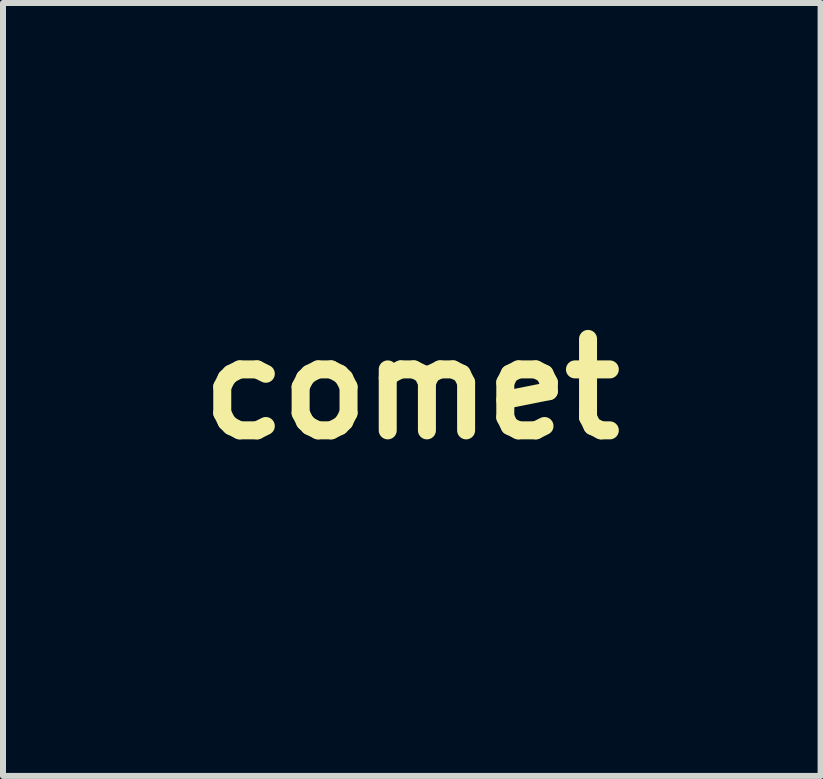
<source format=kicad_pcb>
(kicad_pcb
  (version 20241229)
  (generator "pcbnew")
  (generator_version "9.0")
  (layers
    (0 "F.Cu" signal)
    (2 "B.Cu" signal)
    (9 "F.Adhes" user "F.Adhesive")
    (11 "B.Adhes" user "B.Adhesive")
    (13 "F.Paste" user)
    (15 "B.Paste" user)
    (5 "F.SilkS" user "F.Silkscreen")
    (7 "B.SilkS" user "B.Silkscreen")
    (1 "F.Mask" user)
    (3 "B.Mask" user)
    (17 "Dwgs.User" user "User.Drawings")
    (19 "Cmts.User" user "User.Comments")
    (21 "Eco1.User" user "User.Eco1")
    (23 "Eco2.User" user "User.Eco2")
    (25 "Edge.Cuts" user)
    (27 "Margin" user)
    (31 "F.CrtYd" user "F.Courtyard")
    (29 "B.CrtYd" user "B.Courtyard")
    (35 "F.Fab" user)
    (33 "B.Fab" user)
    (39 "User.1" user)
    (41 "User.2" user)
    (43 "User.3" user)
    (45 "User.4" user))
  (footprint "comet"
    (layer "F.Cu")
    (at 3.811 3.433)
    (property "Reference" "comet" (at 0 0 0) (layer "F.SilkS") (effects (font (size 1.524 1.524) (thickness 0.3))))
    (attr through_hole)
    (fp_poly (pts (xy -2.01 0.761) (xy -1.917 0.801) (xy -1.845 0.873) (xy -1.804 0.971) (xy -1.798 1.025) (xy -1.819 1.136) (xy -1.876 1.22) (xy -1.958 1.274) (xy -2.054 1.294) (xy -2.154 1.274) (xy -2.248 1.211) (xy -2.25 1.209) (xy -2.315 1.113) (xy -2.336 1.01) (xy -2.313 0.909) (xy -2.248 0.822) (xy -2.216 0.798) (xy -2.114 0.758) (xy -2.01 0.761)) (stroke (width 0.01) (type solid)) (fill yes) (layer "F.Mask"))
    (fp_poly (pts (xy 2.68 0.352) (xy 2.763 0.41) (xy 2.814 0.495) (xy 2.827 0.596) (xy 2.807 0.677) (xy 2.747 0.765) (xy 2.66 0.828) (xy 2.56 0.858) (xy 2.462 0.849) (xy 2.426 0.834) (xy 2.338 0.759) (xy 2.292 0.658) (xy 2.287 0.601) (xy 2.295 0.526) (xy 2.33 0.463) (xy 2.372 0.417) (xy 2.438 0.36) (xy 2.499 0.335) (xy 2.571 0.33) (xy 2.68 0.352)) (stroke (width 0.01) (type solid)) (fill yes) (layer "F.Mask"))
    (fp_poly (pts (xy -1.777 1.509) (xy -1.71 1.547) (xy -1.682 1.574) (xy -1.61 1.673) (xy -1.589 1.774) (xy -1.619 1.876) (xy -1.68 1.956) (xy -1.747 2.009) (xy -1.82 2.03) (xy -1.863 2.031) (xy -1.952 2.019) (xy -2.02 1.989) (xy -2.023 1.987) (xy -2.098 1.899) (xy -2.132 1.801) (xy -2.127 1.702) (xy -2.088 1.613) (xy -2.017 1.543) (xy -1.918 1.504) (xy -1.863 1.499) (xy -1.777 1.509)) (stroke (width 0.01) (type solid)) (fill yes) (layer "F.Mask"))
    (fp_poly (pts (xy 1.29 -3.397) (xy 1.303 -3.392) (xy 1.387 -3.327) (xy 1.448 -3.233) (xy 1.473 -3.13) (xy 1.473 -3.124) (xy 1.45 -3.014) (xy 1.389 -2.923) (xy 1.3 -2.858) (xy 1.195 -2.825) (xy 1.084 -2.833) (xy 1.054 -2.844) (xy 0.957 -2.909) (xy 0.897 -3.007) (xy 0.876 -3.126) (xy 0.882 -3.211) (xy 0.906 -3.271) (xy 0.954 -3.328) (xy 1.057 -3.399) (xy 1.171 -3.423) (xy 1.29 -3.397)) (stroke (width 0.01) (type solid)) (fill yes) (layer "F.Mask"))
    (fp_poly (pts (xy 1.274 0.011) (xy 1.362 0.05) (xy 1.434 0.117) (xy 1.462 0.166) (xy 1.486 0.264) (xy 1.468 0.354) (xy 1.404 0.447) (xy 1.378 0.475) (xy 1.255 0.581) (xy 1.145 0.642) (xy 1.044 0.657) (xy 0.948 0.628) (xy 0.943 0.625) (xy 0.862 0.554) (xy 0.822 0.46) (xy 0.824 0.353) (xy 0.851 0.279) (xy 0.899 0.215) (xy 0.976 0.142) (xy 1.064 0.074) (xy 1.148 0.024) (xy 1.188 0.009) (xy 1.274 0.011)) (stroke (width 0.01) (type solid)) (fill yes) (layer "F.Mask"))
    (fp_poly (pts (xy 1.975 -1.768) (xy 2.038 -1.732) (xy 2.062 -1.708) (xy 2.127 -1.612) (xy 2.144 -1.516) (xy 2.112 -1.419) (xy 2.029 -1.318) (xy 1.951 -1.251) (xy 1.831 -1.171) (xy 1.729 -1.132) (xy 1.637 -1.133) (xy 1.6 -1.145) (xy 1.512 -1.206) (xy 1.46 -1.3) (xy 1.448 -1.385) (xy 1.455 -1.456) (xy 1.482 -1.512) (xy 1.54 -1.575) (xy 1.543 -1.578) (xy 1.644 -1.67) (xy 1.723 -1.729) (xy 1.79 -1.763) (xy 1.856 -1.777) (xy 1.891 -1.778) (xy 1.975 -1.768)) (stroke (width 0.01) (type solid)) (fill yes) (layer "F.Mask"))
    (fp_poly (pts (xy 0.462 -1.861) (xy 0.553 -1.811) (xy 0.619 -1.728) (xy 0.634 -1.692) (xy 0.648 -1.631) (xy 0.645 -1.573) (xy 0.621 -1.513) (xy 0.571 -1.447) (xy 0.493 -1.369) (xy 0.382 -1.274) (xy 0.234 -1.158) (xy 0.172 -1.111) (xy 0.052 -1.04) (xy -0.059 -1.015) (xy -0.156 -1.036) (xy -0.194 -1.061) (xy -0.27 -1.149) (xy -0.298 -1.247) (xy -0.277 -1.35) (xy -0.209 -1.452) (xy -0.184 -1.477) (xy -0.063 -1.586) (xy 0.058 -1.685) (xy 0.172 -1.769) (xy 0.27 -1.831) (xy 0.343 -1.865) (xy 0.36 -1.869) (xy 0.462 -1.861)) (stroke (width 0.01) (type solid)) (fill yes) (layer "F.Mask"))
    (fp_poly (pts (xy 2.386 -3.414) (xy 2.435 -3.393) (xy 2.508 -3.33) (xy 2.555 -3.24) (xy 2.565 -3.175) (xy 2.551 -3.1) (xy 2.506 -3.022) (xy 2.424 -2.935) (xy 2.331 -2.855) (xy 2.209 -2.759) (xy 2.116 -2.694) (xy 2.043 -2.658) (xy 1.983 -2.646) (xy 1.925 -2.656) (xy 1.869 -2.68) (xy 1.783 -2.742) (xy 1.738 -2.819) (xy 1.728 -2.9) (xy 1.736 -2.966) (xy 1.765 -3.03) (xy 1.821 -3.1) (xy 1.908 -3.181) (xy 2.034 -3.282) (xy 2.04 -3.287) (xy 2.152 -3.367) (xy 2.24 -3.413) (xy 2.315 -3.428) (xy 2.386 -3.414)) (stroke (width 0.01) (type solid)) (fill yes) (layer "F.Mask"))
    (fp_poly (pts (xy 3.615 -1.928) (xy 3.709 -1.878) (xy 3.778 -1.795) (xy 3.809 -1.695) (xy 3.81 -1.676) (xy 3.805 -1.631) (xy 3.787 -1.587) (xy 3.749 -1.536) (xy 3.683 -1.468) (xy 3.626 -1.412) (xy 3.485 -1.29) (xy 3.368 -1.209) (xy 3.274 -1.171) (xy 3.246 -1.169) (xy 3.202 -1.18) (xy 3.141 -1.207) (xy 3.139 -1.207) (xy 3.053 -1.268) (xy 3.009 -1.344) (xy 2.998 -1.435) (xy 3.001 -1.486) (xy 3.015 -1.529) (xy 3.048 -1.576) (xy 3.107 -1.637) (xy 3.168 -1.695) (xy 3.3 -1.81) (xy 3.409 -1.887) (xy 3.501 -1.927) (xy 3.581 -1.935) (xy 3.615 -1.928)) (stroke (width 0.01) (type solid)) (fill yes) (layer "F.Mask"))
    (fp_poly (pts (xy 1.53 -2.648) (xy 1.601 -2.58) (xy 1.644 -2.492) (xy 1.652 -2.394) (xy 1.625 -2.311) (xy 1.595 -2.276) (xy 1.534 -2.219) (xy 1.451 -2.146) (xy 1.355 -2.065) (xy 1.255 -1.984) (xy 1.16 -1.911) (xy 1.08 -1.852) (xy 1.024 -1.816) (xy 1.021 -1.814) (xy 0.939 -1.784) (xy 0.863 -1.789) (xy 0.823 -1.803) (xy 0.741 -1.86) (xy 0.686 -1.945) (xy 0.664 -2.043) (xy 0.679 -2.139) (xy 0.701 -2.18) (xy 0.74 -2.223) (xy 0.809 -2.287) (xy 0.899 -2.363) (xy 1 -2.445) (xy 1.103 -2.525) (xy 1.198 -2.596) (xy 1.276 -2.65) (xy 1.328 -2.68) (xy 1.337 -2.683) (xy 1.439 -2.686) (xy 1.53 -2.648)) (stroke (width 0.01) (type solid)) (fill yes) (layer "F.Mask"))
    (fp_poly (pts (xy 2.857 -1.199) (xy 2.929 -1.127) (xy 2.968 -1.03) (xy 2.972 -0.987) (xy 2.97 -0.949) (xy 2.962 -0.912) (xy 2.943 -0.874) (xy 2.911 -0.83) (xy 2.86 -0.776) (xy 2.788 -0.707) (xy 2.69 -0.621) (xy 2.563 -0.512) (xy 2.402 -0.377) (xy 2.302 -0.293) (xy 2.147 -0.165) (xy 2.025 -0.065) (xy 1.931 0.009) (xy 1.86 0.061) (xy 1.807 0.095) (xy 1.766 0.115) (xy 1.731 0.125) (xy 1.698 0.127) (xy 1.696 0.127) (xy 1.611 0.115) (xy 1.541 0.07) (xy 1.522 0.053) (xy 1.463 -0.04) (xy 1.445 -0.15) (xy 1.464 -0.241) (xy 1.488 -0.271) (xy 1.547 -0.327) (xy 1.632 -0.404) (xy 1.739 -0.498) (xy 1.862 -0.603) (xy 1.994 -0.714) (xy 2.128 -0.826) (xy 2.26 -0.934) (xy 2.383 -1.033) (xy 2.49 -1.118) (xy 2.576 -1.183) (xy 2.634 -1.223) (xy 2.656 -1.235) (xy 2.762 -1.238) (xy 2.857 -1.199)) (stroke (width 0.01) (type solid)) (fill yes) (layer "F.Mask"))
    (fp_poly (pts (xy 1.276 -1.197) (xy 1.357 -1.137) (xy 1.41 -1.049) (xy 1.426 -0.945) (xy 1.407 -0.853) (xy 1.383 -0.827) (xy 1.325 -0.775) (xy 1.238 -0.701) (xy 1.128 -0.61) (xy 1.001 -0.507) (xy 0.862 -0.396) (xy 0.717 -0.281) (xy 0.573 -0.168) (xy 0.434 -0.06) (xy 0.308 0.037) (xy 0.198 0.119) (xy 0.112 0.181) (xy 0.055 0.219) (xy 0.038 0.229) (xy -0.017 0.248) (xy -0.056 0.25) (xy -0.103 0.234) (xy -0.152 0.21) (xy -0.242 0.14) (xy -0.291 0.046) (xy -0.294 -0.064) (xy -0.289 -0.089) (xy -0.281 -0.112) (xy -0.267 -0.137) (xy -0.243 -0.166) (xy -0.205 -0.204) (xy -0.149 -0.253) (xy -0.072 -0.318) (xy 0.03 -0.4) (xy 0.161 -0.504) (xy 0.325 -0.633) (xy 0.516 -0.784) (xy 0.681 -0.913) (xy 0.811 -1.014) (xy 0.912 -1.09) (xy 0.989 -1.145) (xy 1.048 -1.182) (xy 1.092 -1.204) (xy 1.129 -1.215) (xy 1.162 -1.219) (xy 1.172 -1.219) (xy 1.276 -1.197)) (stroke (width 0.01) (type solid)) (fill yes) (layer "F.Mask"))
    (fp_poly (pts (xy -1.417 -0.141) (xy -1.258 -0.114) (xy -1.021 -0.026) (xy -0.802 0.105) (xy -0.607 0.273) (xy -0.444 0.473) (xy -0.318 0.698) (xy -0.275 0.808) (xy -0.232 0.989) (xy -0.214 1.194) (xy -0.22 1.404) (xy -0.251 1.6) (xy -0.276 1.683) (xy -0.383 1.921) (xy -0.528 2.13) (xy -0.706 2.308) (xy -0.91 2.451) (xy -1.137 2.557) (xy -1.378 2.622) (xy -1.63 2.644) (xy -1.886 2.619) (xy -1.949 2.605) (xy -2.182 2.523) (xy -2.397 2.399) (xy -2.588 2.239) (xy -2.75 2.049) (xy -2.879 1.835) (xy -2.969 1.604) (xy -3.016 1.361) (xy -3.022 1.245) (xy -2.477 1.245) (xy -2.475 1.367) (xy -2.467 1.455) (xy -2.451 1.524) (xy -2.423 1.59) (xy -2.414 1.608) (xy -2.293 1.796) (xy -2.144 1.942) (xy -1.969 2.046) (xy -1.804 2.099) (xy -1.702 2.12) (xy -1.629 2.129) (xy -1.565 2.127) (xy -1.488 2.114) (xy -1.443 2.105) (xy -1.343 2.078) (xy -1.247 2.044) (xy -1.212 2.028) (xy -1.13 1.978) (xy -1.041 1.91) (xy -0.96 1.837) (xy -0.902 1.771) (xy -0.887 1.75) (xy -0.875 1.722) (xy -0.888 1.717) (xy -0.935 1.734) (xy -0.954 1.742) (xy -1.062 1.765) (xy -1.158 1.746) (xy -1.237 1.694) (xy -1.293 1.618) (xy -1.319 1.526) (xy -1.31 1.427) (xy -1.26 1.331) (xy -1.247 1.315) (xy -1.191 1.261) (xy -1.134 1.237) (xy -1.054 1.232) (xy -0.973 1.238) (xy -0.917 1.262) (xy -0.862 1.315) (xy -0.813 1.385) (xy -0.787 1.453) (xy -0.786 1.467) (xy -0.781 1.516) (xy -0.773 1.523) (xy -0.763 1.495) (xy -0.753 1.44) (xy -0.744 1.368) (xy -0.739 1.286) (xy -0.738 1.252) (xy -0.76 1.04) (xy -0.827 0.847) (xy -0.937 0.679) (xy -1.086 0.539) (xy -1.252 0.442) (xy -1.437 0.383) (xy -1.633 0.366) (xy -1.826 0.391) (xy -1.96 0.437) (xy -2.142 0.547) (xy -2.293 0.692) (xy -2.402 0.856) (xy -2.438 0.932) (xy -2.46 0.999) (xy -2.472 1.073) (xy -2.476 1.171) (xy -2.477 1.245) (xy -3.022 1.245) (xy -2.997 0.999) (xy -2.927 0.761) (xy -2.815 0.537) (xy -2.668 0.335) (xy -2.489 0.16) (xy -2.284 0.018) (xy -2.057 -0.085) (xy -1.965 -0.112) (xy -1.796 -0.141) (xy -1.606 -0.151) (xy -1.417 -0.141)) (stroke (width 0.01) (type solid)) (fill yes) (layer "F.Mask"))
    (fp_poly (pts (xy 0.487 -2.906) (xy 0.566 -2.849) (xy 0.617 -2.767) (xy 0.634 -2.673) (xy 0.612 -2.578) (xy 0.584 -2.533) (xy 0.556 -2.508) (xy 0.491 -2.455) (xy 0.39 -2.377) (xy 0.259 -2.276) (xy 0.1 -2.154) (xy -0.083 -2.015) (xy -0.288 -1.86) (xy -0.511 -1.692) (xy -0.749 -1.514) (xy -0.999 -1.328) (xy -1.048 -1.292) (xy -1.344 -1.071) (xy -1.62 -0.863) (xy -1.874 -0.671) (xy -2.104 -0.496) (xy -2.307 -0.34) (xy -2.479 -0.206) (xy -2.62 -0.095) (xy -2.725 -0.009) (xy -2.793 0.05) (xy -2.807 0.063) (xy -2.99 0.281) (xy -3.13 0.525) (xy -3.225 0.79) (xy -3.275 1.073) (xy -3.281 1.206) (xy -3.275 1.411) (xy -3.249 1.59) (xy -3.199 1.764) (xy -3.119 1.954) (xy -3.106 1.981) (xy -3.043 2.106) (xy -2.98 2.206) (xy -2.907 2.299) (xy -2.809 2.404) (xy -2.784 2.429) (xy -2.675 2.533) (xy -2.581 2.611) (xy -2.484 2.674) (xy -2.366 2.736) (xy -2.337 2.751) (xy -2.142 2.835) (xy -1.965 2.889) (xy -1.785 2.918) (xy -1.583 2.927) (xy -1.571 2.927) (xy -1.292 2.901) (xy -1.018 2.829) (xy -0.789 2.728) (xy -0.738 2.697) (xy -0.652 2.639) (xy -0.533 2.556) (xy -0.385 2.451) (xy -0.214 2.327) (xy -0.023 2.187) (xy 0.184 2.035) (xy 0.404 1.873) (xy 0.622 1.71) (xy 0.846 1.544) (xy 1.059 1.386) (xy 1.259 1.239) (xy 1.44 1.106) (xy 1.6 0.989) (xy 1.735 0.892) (xy 1.841 0.817) (xy 1.913 0.768) (xy 1.949 0.746) (xy 1.95 0.745) (xy 2.054 0.725) (xy 2.15 0.748) (xy 2.227 0.808) (xy 2.275 0.898) (xy 2.285 0.975) (xy 2.277 1.053) (xy 2.256 1.115) (xy 2.25 1.125) (xy 2.224 1.147) (xy 2.161 1.198) (xy 2.064 1.273) (xy 1.937 1.371) (xy 1.784 1.488) (xy 1.607 1.622) (xy 1.411 1.77) (xy 1.2 1.929) (xy 0.975 2.097) (xy 0.924 2.135) (xy 0.631 2.354) (xy 0.375 2.544) (xy 0.152 2.707) (xy -0.042 2.847) (xy -0.209 2.964) (xy -0.354 3.062) (xy -0.479 3.142) (xy -0.589 3.208) (xy -0.687 3.26) (xy -0.777 3.303) (xy -0.862 3.336) (xy -0.946 3.364) (xy -1.031 3.388) (xy -1.041 3.391) (xy -1.163 3.413) (xy -1.319 3.43) (xy -1.493 3.441) (xy -1.667 3.444) (xy -1.825 3.439) (xy -1.943 3.428) (xy -2.257 3.354) (xy -2.554 3.234) (xy -2.83 3.072) (xy -3.081 2.872) (xy -3.302 2.638) (xy -3.489 2.372) (xy -3.639 2.079) (xy -3.697 1.926) (xy -3.775 1.62) (xy -3.806 1.306) (xy -3.792 0.991) (xy -3.734 0.68) (xy -3.633 0.381) (xy -3.492 0.099) (xy -3.312 -0.159) (xy -3.095 -0.388) (xy -3.069 -0.411) (xy -3.023 -0.449) (xy -2.94 -0.514) (xy -2.822 -0.604) (xy -2.675 -0.717) (xy -2.501 -0.848) (xy -2.305 -0.997) (xy -2.088 -1.16) (xy -1.856 -1.334) (xy -1.612 -1.516) (xy -1.359 -1.705) (xy -1.346 -1.714) (xy -1.097 -1.9) (xy -0.859 -2.077) (xy -0.636 -2.243) (xy -0.431 -2.396) (xy -0.246 -2.534) (xy -0.086 -2.653) (xy 0.046 -2.752) (xy 0.148 -2.828) (xy 0.216 -2.878) (xy 0.247 -2.902) (xy 0.248 -2.903) (xy 0.293 -2.919) (xy 0.364 -2.927) (xy 0.386 -2.928) (xy 0.487 -2.906)) (stroke (width 0.01) (type solid)) (fill yes) (layer "F.Mask")))
  (gr_rect
    (start -3 -3)
    (end 10.626 9.882)
    (stroke (width 0.1) (type default))
    (fill no)
    (layer "Edge.Cuts")))
</source>
